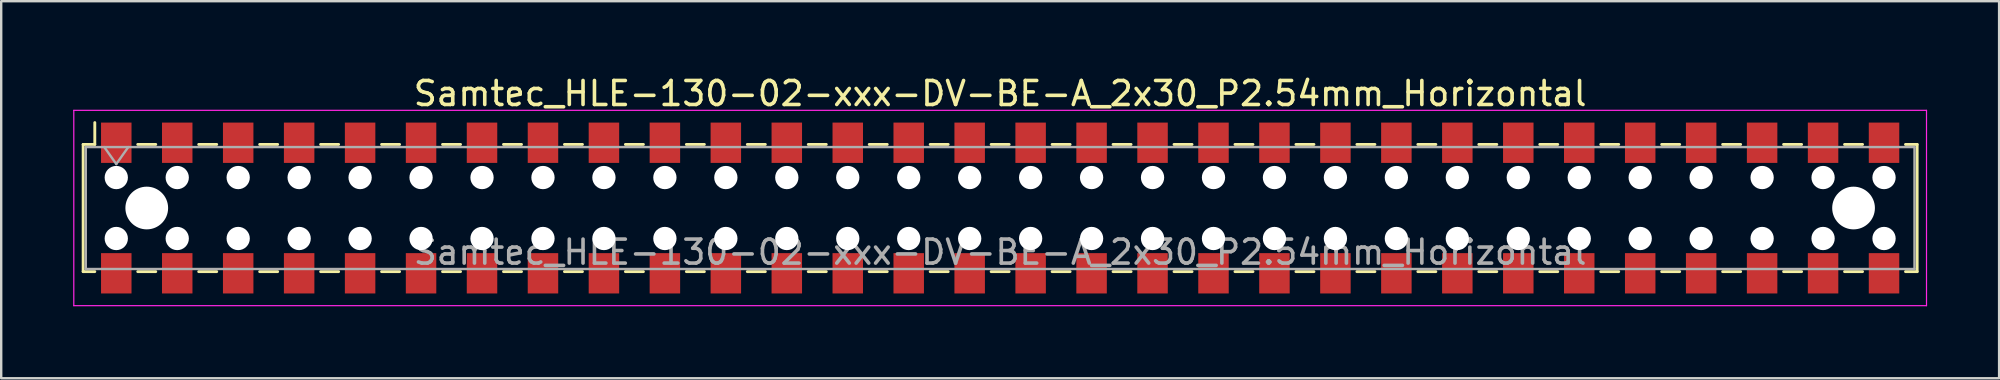
<source format=kicad_pcb>
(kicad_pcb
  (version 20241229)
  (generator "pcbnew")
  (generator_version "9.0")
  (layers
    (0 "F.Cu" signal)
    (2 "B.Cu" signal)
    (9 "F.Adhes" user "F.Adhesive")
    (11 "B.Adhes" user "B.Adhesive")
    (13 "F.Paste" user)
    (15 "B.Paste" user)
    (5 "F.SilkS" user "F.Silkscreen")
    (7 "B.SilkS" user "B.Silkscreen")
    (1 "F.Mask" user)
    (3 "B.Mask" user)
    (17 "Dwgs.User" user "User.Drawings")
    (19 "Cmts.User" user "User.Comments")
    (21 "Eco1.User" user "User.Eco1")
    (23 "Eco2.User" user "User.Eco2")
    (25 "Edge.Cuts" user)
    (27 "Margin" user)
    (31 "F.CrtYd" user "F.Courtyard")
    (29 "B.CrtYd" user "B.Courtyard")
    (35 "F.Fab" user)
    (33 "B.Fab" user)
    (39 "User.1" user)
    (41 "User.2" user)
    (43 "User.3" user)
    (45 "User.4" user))
  (footprint "Samtec_HLE-130-02-xxx-DV-BE-A_2x30_P2.54mm_Horizontal"
    (layer "F.Cu")
    (at 38.625 5.618)
    (property "Reference" "Samtec_HLE-130-02-xxx-DV-BE-A_2x30_P2.54mm_Horizontal" (at 0 -4.77 0) (layer "F.SilkS") (effects (font (size 1 1) (thickness 0.15))))
    (attr smd)
    (fp_line (start -38.21 -2.65) (end -38.21 2.65) (stroke (width 0.12) (type solid)) (layer "F.SilkS"))
    (fp_line (start -38.21 2.65) (end -37.725 2.65) (stroke (width 0.12) (type solid)) (layer "F.SilkS"))
    (fp_line (start -37.725 -3.56) (end -37.725 -2.65) (stroke (width 0.12) (type solid)) (layer "F.SilkS"))
    (fp_line (start -37.725 -2.65) (end -38.21 -2.65) (stroke (width 0.12) (type solid)) (layer "F.SilkS"))
    (fp_line (start -35.935 -2.65) (end -35.185 -2.65) (stroke (width 0.12) (type solid)) (layer "F.SilkS"))
    (fp_line (start -35.935 2.65) (end -35.185 2.65) (stroke (width 0.12) (type solid)) (layer "F.SilkS"))
    (fp_line (start -33.395 -2.65) (end -32.645 -2.65) (stroke (width 0.12) (type solid)) (layer "F.SilkS"))
    (fp_line (start -33.395 2.65) (end -32.645 2.65) (stroke (width 0.12) (type solid)) (layer "F.SilkS"))
    (fp_line (start -30.855 -2.65) (end -30.105 -2.65) (stroke (width 0.12) (type solid)) (layer "F.SilkS"))
    (fp_line (start -30.855 2.65) (end -30.105 2.65) (stroke (width 0.12) (type solid)) (layer "F.SilkS"))
    (fp_line (start -28.315 -2.65) (end -27.565 -2.65) (stroke (width 0.12) (type solid)) (layer "F.SilkS"))
    (fp_line (start -28.315 2.65) (end -27.565 2.65) (stroke (width 0.12) (type solid)) (layer "F.SilkS"))
    (fp_line (start -25.775 -2.65) (end -25.025 -2.65) (stroke (width 0.12) (type solid)) (layer "F.SilkS"))
    (fp_line (start -25.775 2.65) (end -25.025 2.65) (stroke (width 0.12) (type solid)) (layer "F.SilkS"))
    (fp_line (start -23.235 -2.65) (end -22.485 -2.65) (stroke (width 0.12) (type solid)) (layer "F.SilkS"))
    (fp_line (start -23.235 2.65) (end -22.485 2.65) (stroke (width 0.12) (type solid)) (layer "F.SilkS"))
    (fp_line (start -20.695 -2.65) (end -19.945 -2.65) (stroke (width 0.12) (type solid)) (layer "F.SilkS"))
    (fp_line (start -20.695 2.65) (end -19.945 2.65) (stroke (width 0.12) (type solid)) (layer "F.SilkS"))
    (fp_line (start -18.155 -2.65) (end -17.405 -2.65) (stroke (width 0.12) (type solid)) (layer "F.SilkS"))
    (fp_line (start -18.155 2.65) (end -17.405 2.65) (stroke (width 0.12) (type solid)) (layer "F.SilkS"))
    (fp_line (start -15.615 -2.65) (end -14.865 -2.65) (stroke (width 0.12) (type solid)) (layer "F.SilkS"))
    (fp_line (start -15.615 2.65) (end -14.865 2.65) (stroke (width 0.12) (type solid)) (layer "F.SilkS"))
    (fp_line (start -13.075 -2.65) (end -12.325 -2.65) (stroke (width 0.12) (type solid)) (layer "F.SilkS"))
    (fp_line (start -13.075 2.65) (end -12.325 2.65) (stroke (width 0.12) (type solid)) (layer "F.SilkS"))
    (fp_line (start -10.535 -2.65) (end -9.785 -2.65) (stroke (width 0.12) (type solid)) (layer "F.SilkS"))
    (fp_line (start -10.535 2.65) (end -9.785 2.65) (stroke (width 0.12) (type solid)) (layer "F.SilkS"))
    (fp_line (start -7.995 -2.65) (end -7.245 -2.65) (stroke (width 0.12) (type solid)) (layer "F.SilkS"))
    (fp_line (start -7.995 2.65) (end -7.245 2.65) (stroke (width 0.12) (type solid)) (layer "F.SilkS"))
    (fp_line (start -5.455 -2.65) (end -4.705 -2.65) (stroke (width 0.12) (type solid)) (layer "F.SilkS"))
    (fp_line (start -5.455 2.65) (end -4.705 2.65) (stroke (width 0.12) (type solid)) (layer "F.SilkS"))
    (fp_line (start -2.915 -2.65) (end -2.165 -2.65) (stroke (width 0.12) (type solid)) (layer "F.SilkS"))
    (fp_line (start -2.915 2.65) (end -2.165 2.65) (stroke (width 0.12) (type solid)) (layer "F.SilkS"))
    (fp_line (start -0.375 -2.65) (end 0.375 -2.65) (stroke (width 0.12) (type solid)) (layer "F.SilkS"))
    (fp_line (start -0.375 2.65) (end 0.375 2.65) (stroke (width 0.12) (type solid)) (layer "F.SilkS"))
    (fp_line (start 2.165 -2.65) (end 2.915 -2.65) (stroke (width 0.12) (type solid)) (layer "F.SilkS"))
    (fp_line (start 2.165 2.65) (end 2.915 2.65) (stroke (width 0.12) (type solid)) (layer "F.SilkS"))
    (fp_line (start 4.705 -2.65) (end 5.455 -2.65) (stroke (width 0.12) (type solid)) (layer "F.SilkS"))
    (fp_line (start 4.705 2.65) (end 5.455 2.65) (stroke (width 0.12) (type solid)) (layer "F.SilkS"))
    (fp_line (start 7.245 -2.65) (end 7.995 -2.65) (stroke (width 0.12) (type solid)) (layer "F.SilkS"))
    (fp_line (start 7.245 2.65) (end 7.995 2.65) (stroke (width 0.12) (type solid)) (layer "F.SilkS"))
    (fp_line (start 9.785 -2.65) (end 10.535 -2.65) (stroke (width 0.12) (type solid)) (layer "F.SilkS"))
    (fp_line (start 9.785 2.65) (end 10.535 2.65) (stroke (width 0.12) (type solid)) (layer "F.SilkS"))
    (fp_line (start 12.325 -2.65) (end 13.075 -2.65) (stroke (width 0.12) (type solid)) (layer "F.SilkS"))
    (fp_line (start 12.325 2.65) (end 13.075 2.65) (stroke (width 0.12) (type solid)) (layer "F.SilkS"))
    (fp_line (start 14.865 -2.65) (end 15.615 -2.65) (stroke (width 0.12) (type solid)) (layer "F.SilkS"))
    (fp_line (start 14.865 2.65) (end 15.615 2.65) (stroke (width 0.12) (type solid)) (layer "F.SilkS"))
    (fp_line (start 17.405 -2.65) (end 18.155 -2.65) (stroke (width 0.12) (type solid)) (layer "F.SilkS"))
    (fp_line (start 17.405 2.65) (end 18.155 2.65) (stroke (width 0.12) (type solid)) (layer "F.SilkS"))
    (fp_line (start 19.945 -2.65) (end 20.695 -2.65) (stroke (width 0.12) (type solid)) (layer "F.SilkS"))
    (fp_line (start 19.945 2.65) (end 20.695 2.65) (stroke (width 0.12) (type solid)) (layer "F.SilkS"))
    (fp_line (start 22.485 -2.65) (end 23.235 -2.65) (stroke (width 0.12) (type solid)) (layer "F.SilkS"))
    (fp_line (start 22.485 2.65) (end 23.235 2.65) (stroke (width 0.12) (type solid)) (layer "F.SilkS"))
    (fp_line (start 25.025 -2.65) (end 25.775 -2.65) (stroke (width 0.12) (type solid)) (layer "F.SilkS"))
    (fp_line (start 25.025 2.65) (end 25.775 2.65) (stroke (width 0.12) (type solid)) (layer "F.SilkS"))
    (fp_line (start 27.565 -2.65) (end 28.315 -2.65) (stroke (width 0.12) (type solid)) (layer "F.SilkS"))
    (fp_line (start 27.565 2.65) (end 28.315 2.65) (stroke (width 0.12) (type solid)) (layer "F.SilkS"))
    (fp_line (start 30.105 -2.65) (end 30.855 -2.65) (stroke (width 0.12) (type solid)) (layer "F.SilkS"))
    (fp_line (start 30.105 2.65) (end 30.855 2.65) (stroke (width 0.12) (type solid)) (layer "F.SilkS"))
    (fp_line (start 32.645 -2.65) (end 33.395 -2.65) (stroke (width 0.12) (type solid)) (layer "F.SilkS"))
    (fp_line (start 32.645 2.65) (end 33.395 2.65) (stroke (width 0.12) (type solid)) (layer "F.SilkS"))
    (fp_line (start 35.185 -2.65) (end 35.935 -2.65) (stroke (width 0.12) (type solid)) (layer "F.SilkS"))
    (fp_line (start 35.185 2.65) (end 35.935 2.65) (stroke (width 0.12) (type solid)) (layer "F.SilkS"))
    (fp_line (start 37.725 -2.65) (end 38.21 -2.65) (stroke (width 0.12) (type solid)) (layer "F.SilkS"))
    (fp_line (start 38.21 -2.65) (end 38.21 2.65) (stroke (width 0.12) (type solid)) (layer "F.SilkS"))
    (fp_line (start 38.21 2.65) (end 37.725 2.65) (stroke (width 0.12) (type solid)) (layer "F.SilkS"))
    (fp_line (start -38.6 -4.07) (end 38.6 -4.07) (stroke (width 0.05) (type solid)) (layer "F.CrtYd"))
    (fp_line (start -38.6 4.07) (end -38.6 -4.07) (stroke (width 0.05) (type solid)) (layer "F.CrtYd"))
    (fp_line (start 38.6 -4.07) (end 38.6 4.07) (stroke (width 0.05) (type solid)) (layer "F.CrtYd"))
    (fp_line (start 38.6 4.07) (end -38.6 4.07) (stroke (width 0.05) (type solid)) (layer "F.CrtYd"))
    (fp_line (start -38.1 -2.54) (end 38.1 -2.54) (stroke (width 0.1) (type solid)) (layer "F.Fab"))
    (fp_line (start -38.1 2.54) (end -38.1 -2.54) (stroke (width 0.1) (type solid)) (layer "F.Fab"))
    (fp_line (start -37.33 -2.54) (end -36.83 -1.833) (stroke (width 0.1) (type solid)) (layer "F.Fab"))
    (fp_line (start -36.83 -1.833) (end -36.33 -2.54) (stroke (width 0.1) (type solid)) (layer "F.Fab"))
    (fp_line (start 38.1 -2.54) (end 38.1 2.54) (stroke (width 0.1) (type solid)) (layer "F.Fab"))
    (fp_line (start 38.1 2.54) (end -38.1 2.54) (stroke (width 0.1) (type solid)) (layer "F.Fab"))
    (fp_text user "${REFERENCE}" (at 0 1.84 0) (layer "F.Fab") (effects (font (size 1 1) (thickness 0.15))))
    (pad "" np_thru_hole circle (at -36.83 -1.27) (size 0.97 0.97) (drill 0.97) (layers "*.Cu" "*.Mask"))
    (pad "" np_thru_hole circle (at -36.83 1.27) (size 0.97 0.97) (drill 0.97) (layers "*.Cu" "*.Mask"))
    (pad "" np_thru_hole circle (at -35.56 0) (size 1.78 1.78) (drill 1.78) (layers "*.Cu" "*.Mask"))
    (pad "" np_thru_hole circle (at -34.29 -1.27) (size 0.97 0.97) (drill 0.97) (layers "*.Cu" "*.Mask"))
    (pad "" np_thru_hole circle (at -34.29 1.27) (size 0.97 0.97) (drill 0.97) (layers "*.Cu" "*.Mask"))
    (pad "" np_thru_hole circle (at -31.75 -1.27) (size 0.97 0.97) (drill 0.97) (layers "*.Cu" "*.Mask"))
    (pad "" np_thru_hole circle (at -31.75 1.27) (size 0.97 0.97) (drill 0.97) (layers "*.Cu" "*.Mask"))
    (pad "" np_thru_hole circle (at -29.21 -1.27) (size 0.97 0.97) (drill 0.97) (layers "*.Cu" "*.Mask"))
    (pad "" np_thru_hole circle (at -29.21 1.27) (size 0.97 0.97) (drill 0.97) (layers "*.Cu" "*.Mask"))
    (pad "" np_thru_hole circle (at -26.67 -1.27) (size 0.97 0.97) (drill 0.97) (layers "*.Cu" "*.Mask"))
    (pad "" np_thru_hole circle (at -26.67 1.27) (size 0.97 0.97) (drill 0.97) (layers "*.Cu" "*.Mask"))
    (pad "" np_thru_hole circle (at -24.13 -1.27) (size 0.97 0.97) (drill 0.97) (layers "*.Cu" "*.Mask"))
    (pad "" np_thru_hole circle (at -24.13 1.27) (size 0.97 0.97) (drill 0.97) (layers "*.Cu" "*.Mask"))
    (pad "" np_thru_hole circle (at -21.59 -1.27) (size 0.97 0.97) (drill 0.97) (layers "*.Cu" "*.Mask"))
    (pad "" np_thru_hole circle (at -21.59 1.27) (size 0.97 0.97) (drill 0.97) (layers "*.Cu" "*.Mask"))
    (pad "" np_thru_hole circle (at -19.05 -1.27) (size 0.97 0.97) (drill 0.97) (layers "*.Cu" "*.Mask"))
    (pad "" np_thru_hole circle (at -19.05 1.27) (size 0.97 0.97) (drill 0.97) (layers "*.Cu" "*.Mask"))
    (pad "" np_thru_hole circle (at -16.51 -1.27) (size 0.97 0.97) (drill 0.97) (layers "*.Cu" "*.Mask"))
    (pad "" np_thru_hole circle (at -16.51 1.27) (size 0.97 0.97) (drill 0.97) (layers "*.Cu" "*.Mask"))
    (pad "" np_thru_hole circle (at -13.97 -1.27) (size 0.97 0.97) (drill 0.97) (layers "*.Cu" "*.Mask"))
    (pad "" np_thru_hole circle (at -13.97 1.27) (size 0.97 0.97) (drill 0.97) (layers "*.Cu" "*.Mask"))
    (pad "" np_thru_hole circle (at -11.43 -1.27) (size 0.97 0.97) (drill 0.97) (layers "*.Cu" "*.Mask"))
    (pad "" np_thru_hole circle (at -11.43 1.27) (size 0.97 0.97) (drill 0.97) (layers "*.Cu" "*.Mask"))
    (pad "" np_thru_hole circle (at -8.89 -1.27) (size 0.97 0.97) (drill 0.97) (layers "*.Cu" "*.Mask"))
    (pad "" np_thru_hole circle (at -8.89 1.27) (size 0.97 0.97) (drill 0.97) (layers "*.Cu" "*.Mask"))
    (pad "" np_thru_hole circle (at -6.35 -1.27) (size 0.97 0.97) (drill 0.97) (layers "*.Cu" "*.Mask"))
    (pad "" np_thru_hole circle (at -6.35 1.27) (size 0.97 0.97) (drill 0.97) (layers "*.Cu" "*.Mask"))
    (pad "" np_thru_hole circle (at -3.81 -1.27) (size 0.97 0.97) (drill 0.97) (layers "*.Cu" "*.Mask"))
    (pad "" np_thru_hole circle (at -3.81 1.27) (size 0.97 0.97) (drill 0.97) (layers "*.Cu" "*.Mask"))
    (pad "" np_thru_hole circle (at -1.27 -1.27) (size 0.97 0.97) (drill 0.97) (layers "*.Cu" "*.Mask"))
    (pad "" np_thru_hole circle (at -1.27 1.27) (size 0.97 0.97) (drill 0.97) (layers "*.Cu" "*.Mask"))
    (pad "" np_thru_hole circle (at 1.27 -1.27) (size 0.97 0.97) (drill 0.97) (layers "*.Cu" "*.Mask"))
    (pad "" np_thru_hole circle (at 1.27 1.27) (size 0.97 0.97) (drill 0.97) (layers "*.Cu" "*.Mask"))
    (pad "" np_thru_hole circle (at 3.81 -1.27) (size 0.97 0.97) (drill 0.97) (layers "*.Cu" "*.Mask"))
    (pad "" np_thru_hole circle (at 3.81 1.27) (size 0.97 0.97) (drill 0.97) (layers "*.Cu" "*.Mask"))
    (pad "" np_thru_hole circle (at 6.35 -1.27) (size 0.97 0.97) (drill 0.97) (layers "*.Cu" "*.Mask"))
    (pad "" np_thru_hole circle (at 6.35 1.27) (size 0.97 0.97) (drill 0.97) (layers "*.Cu" "*.Mask"))
    (pad "" np_thru_hole circle (at 8.89 -1.27) (size 0.97 0.97) (drill 0.97) (layers "*.Cu" "*.Mask"))
    (pad "" np_thru_hole circle (at 8.89 1.27) (size 0.97 0.97) (drill 0.97) (layers "*.Cu" "*.Mask"))
    (pad "" np_thru_hole circle (at 11.43 -1.27) (size 0.97 0.97) (drill 0.97) (layers "*.Cu" "*.Mask"))
    (pad "" np_thru_hole circle (at 11.43 1.27) (size 0.97 0.97) (drill 0.97) (layers "*.Cu" "*.Mask"))
    (pad "" np_thru_hole circle (at 13.97 -1.27) (size 0.97 0.97) (drill 0.97) (layers "*.Cu" "*.Mask"))
    (pad "" np_thru_hole circle (at 13.97 1.27) (size 0.97 0.97) (drill 0.97) (layers "*.Cu" "*.Mask"))
    (pad "" np_thru_hole circle (at 16.51 -1.27) (size 0.97 0.97) (drill 0.97) (layers "*.Cu" "*.Mask"))
    (pad "" np_thru_hole circle (at 16.51 1.27) (size 0.97 0.97) (drill 0.97) (layers "*.Cu" "*.Mask"))
    (pad "" np_thru_hole circle (at 19.05 -1.27) (size 0.97 0.97) (drill 0.97) (layers "*.Cu" "*.Mask"))
    (pad "" np_thru_hole circle (at 19.05 1.27) (size 0.97 0.97) (drill 0.97) (layers "*.Cu" "*.Mask"))
    (pad "" np_thru_hole circle (at 21.59 -1.27) (size 0.97 0.97) (drill 0.97) (layers "*.Cu" "*.Mask"))
    (pad "" np_thru_hole circle (at 21.59 1.27) (size 0.97 0.97) (drill 0.97) (layers "*.Cu" "*.Mask"))
    (pad "" np_thru_hole circle (at 24.13 -1.27) (size 0.97 0.97) (drill 0.97) (layers "*.Cu" "*.Mask"))
    (pad "" np_thru_hole circle (at 24.13 1.27) (size 0.97 0.97) (drill 0.97) (layers "*.Cu" "*.Mask"))
    (pad "" np_thru_hole circle (at 26.67 -1.27) (size 0.97 0.97) (drill 0.97) (layers "*.Cu" "*.Mask"))
    (pad "" np_thru_hole circle (at 26.67 1.27) (size 0.97 0.97) (drill 0.97) (layers "*.Cu" "*.Mask"))
    (pad "" np_thru_hole circle (at 29.21 -1.27) (size 0.97 0.97) (drill 0.97) (layers "*.Cu" "*.Mask"))
    (pad "" np_thru_hole circle (at 29.21 1.27) (size 0.97 0.97) (drill 0.97) (layers "*.Cu" "*.Mask"))
    (pad "" np_thru_hole circle (at 31.75 -1.27) (size 0.97 0.97) (drill 0.97) (layers "*.Cu" "*.Mask"))
    (pad "" np_thru_hole circle (at 31.75 1.27) (size 0.97 0.97) (drill 0.97) (layers "*.Cu" "*.Mask"))
    (pad "" np_thru_hole circle (at 34.29 -1.27) (size 0.97 0.97) (drill 0.97) (layers "*.Cu" "*.Mask"))
    (pad "" np_thru_hole circle (at 34.29 1.27) (size 0.97 0.97) (drill 0.97) (layers "*.Cu" "*.Mask"))
    (pad "" np_thru_hole circle (at 35.56 0) (size 1.78 1.78) (drill 1.78) (layers "*.Cu" "*.Mask"))
    (pad "" np_thru_hole circle (at 36.83 -1.27) (size 0.97 0.97) (drill 0.97) (layers "*.Cu" "*.Mask"))
    (pad "" np_thru_hole circle (at 36.83 1.27) (size 0.97 0.97) (drill 0.97) (layers "*.Cu" "*.Mask"))
    (pad "1" smd rect (at -36.83 -2.72) (size 1.27 1.68) (layers "F.Cu" "F.Mask" "F.Paste"))
    (pad "2" smd rect (at -36.83 2.72) (size 1.27 1.68) (layers "F.Cu" "F.Mask" "F.Paste"))
    (pad "3" smd rect (at -34.29 -2.72) (size 1.27 1.68) (layers "F.Cu" "F.Mask" "F.Paste"))
    (pad "4" smd rect (at -34.29 2.72) (size 1.27 1.68) (layers "F.Cu" "F.Mask" "F.Paste"))
    (pad "5" smd rect (at -31.75 -2.72) (size 1.27 1.68) (layers "F.Cu" "F.Mask" "F.Paste"))
    (pad "6" smd rect (at -31.75 2.72) (size 1.27 1.68) (layers "F.Cu" "F.Mask" "F.Paste"))
    (pad "7" smd rect (at -29.21 -2.72) (size 1.27 1.68) (layers "F.Cu" "F.Mask" "F.Paste"))
    (pad "8" smd rect (at -29.21 2.72) (size 1.27 1.68) (layers "F.Cu" "F.Mask" "F.Paste"))
    (pad "9" smd rect (at -26.67 -2.72) (size 1.27 1.68) (layers "F.Cu" "F.Mask" "F.Paste"))
    (pad "10" smd rect (at -26.67 2.72) (size 1.27 1.68) (layers "F.Cu" "F.Mask" "F.Paste"))
    (pad "11" smd rect (at -24.13 -2.72) (size 1.27 1.68) (layers "F.Cu" "F.Mask" "F.Paste"))
    (pad "12" smd rect (at -24.13 2.72) (size 1.27 1.68) (layers "F.Cu" "F.Mask" "F.Paste"))
    (pad "13" smd rect (at -21.59 -2.72) (size 1.27 1.68) (layers "F.Cu" "F.Mask" "F.Paste"))
    (pad "14" smd rect (at -21.59 2.72) (size 1.27 1.68) (layers "F.Cu" "F.Mask" "F.Paste"))
    (pad "15" smd rect (at -19.05 -2.72) (size 1.27 1.68) (layers "F.Cu" "F.Mask" "F.Paste"))
    (pad "16" smd rect (at -19.05 2.72) (size 1.27 1.68) (layers "F.Cu" "F.Mask" "F.Paste"))
    (pad "17" smd rect (at -16.51 -2.72) (size 1.27 1.68) (layers "F.Cu" "F.Mask" "F.Paste"))
    (pad "18" smd rect (at -16.51 2.72) (size 1.27 1.68) (layers "F.Cu" "F.Mask" "F.Paste"))
    (pad "19" smd rect (at -13.97 -2.72) (size 1.27 1.68) (layers "F.Cu" "F.Mask" "F.Paste"))
    (pad "20" smd rect (at -13.97 2.72) (size 1.27 1.68) (layers "F.Cu" "F.Mask" "F.Paste"))
    (pad "21" smd rect (at -11.43 -2.72) (size 1.27 1.68) (layers "F.Cu" "F.Mask" "F.Paste"))
    (pad "22" smd rect (at -11.43 2.72) (size 1.27 1.68) (layers "F.Cu" "F.Mask" "F.Paste"))
    (pad "23" smd rect (at -8.89 -2.72) (size 1.27 1.68) (layers "F.Cu" "F.Mask" "F.Paste"))
    (pad "24" smd rect (at -8.89 2.72) (size 1.27 1.68) (layers "F.Cu" "F.Mask" "F.Paste"))
    (pad "25" smd rect (at -6.35 -2.72) (size 1.27 1.68) (layers "F.Cu" "F.Mask" "F.Paste"))
    (pad "26" smd rect (at -6.35 2.72) (size 1.27 1.68) (layers "F.Cu" "F.Mask" "F.Paste"))
    (pad "27" smd rect (at -3.81 -2.72) (size 1.27 1.68) (layers "F.Cu" "F.Mask" "F.Paste"))
    (pad "28" smd rect (at -3.81 2.72) (size 1.27 1.68) (layers "F.Cu" "F.Mask" "F.Paste"))
    (pad "29" smd rect (at -1.27 -2.72) (size 1.27 1.68) (layers "F.Cu" "F.Mask" "F.Paste"))
    (pad "30" smd rect (at -1.27 2.72) (size 1.27 1.68) (layers "F.Cu" "F.Mask" "F.Paste"))
    (pad "31" smd rect (at 1.27 -2.72) (size 1.27 1.68) (layers "F.Cu" "F.Mask" "F.Paste"))
    (pad "32" smd rect (at 1.27 2.72) (size 1.27 1.68) (layers "F.Cu" "F.Mask" "F.Paste"))
    (pad "33" smd rect (at 3.81 -2.72) (size 1.27 1.68) (layers "F.Cu" "F.Mask" "F.Paste"))
    (pad "34" smd rect (at 3.81 2.72) (size 1.27 1.68) (layers "F.Cu" "F.Mask" "F.Paste"))
    (pad "35" smd rect (at 6.35 -2.72) (size 1.27 1.68) (layers "F.Cu" "F.Mask" "F.Paste"))
    (pad "36" smd rect (at 6.35 2.72) (size 1.27 1.68) (layers "F.Cu" "F.Mask" "F.Paste"))
    (pad "37" smd rect (at 8.89 -2.72) (size 1.27 1.68) (layers "F.Cu" "F.Mask" "F.Paste"))
    (pad "38" smd rect (at 8.89 2.72) (size 1.27 1.68) (layers "F.Cu" "F.Mask" "F.Paste"))
    (pad "39" smd rect (at 11.43 -2.72) (size 1.27 1.68) (layers "F.Cu" "F.Mask" "F.Paste"))
    (pad "40" smd rect (at 11.43 2.72) (size 1.27 1.68) (layers "F.Cu" "F.Mask" "F.Paste"))
    (pad "41" smd rect (at 13.97 -2.72) (size 1.27 1.68) (layers "F.Cu" "F.Mask" "F.Paste"))
    (pad "42" smd rect (at 13.97 2.72) (size 1.27 1.68) (layers "F.Cu" "F.Mask" "F.Paste"))
    (pad "43" smd rect (at 16.51 -2.72) (size 1.27 1.68) (layers "F.Cu" "F.Mask" "F.Paste"))
    (pad "44" smd rect (at 16.51 2.72) (size 1.27 1.68) (layers "F.Cu" "F.Mask" "F.Paste"))
    (pad "45" smd rect (at 19.05 -2.72) (size 1.27 1.68) (layers "F.Cu" "F.Mask" "F.Paste"))
    (pad "46" smd rect (at 19.05 2.72) (size 1.27 1.68) (layers "F.Cu" "F.Mask" "F.Paste"))
    (pad "47" smd rect (at 21.59 -2.72) (size 1.27 1.68) (layers "F.Cu" "F.Mask" "F.Paste"))
    (pad "48" smd rect (at 21.59 2.72) (size 1.27 1.68) (layers "F.Cu" "F.Mask" "F.Paste"))
    (pad "49" smd rect (at 24.13 -2.72) (size 1.27 1.68) (layers "F.Cu" "F.Mask" "F.Paste"))
    (pad "50" smd rect (at 24.13 2.72) (size 1.27 1.68) (layers "F.Cu" "F.Mask" "F.Paste"))
    (pad "51" smd rect (at 26.67 -2.72) (size 1.27 1.68) (layers "F.Cu" "F.Mask" "F.Paste"))
    (pad "52" smd rect (at 26.67 2.72) (size 1.27 1.68) (layers "F.Cu" "F.Mask" "F.Paste"))
    (pad "53" smd rect (at 29.21 -2.72) (size 1.27 1.68) (layers "F.Cu" "F.Mask" "F.Paste"))
    (pad "54" smd rect (at 29.21 2.72) (size 1.27 1.68) (layers "F.Cu" "F.Mask" "F.Paste"))
    (pad "55" smd rect (at 31.75 -2.72) (size 1.27 1.68) (layers "F.Cu" "F.Mask" "F.Paste"))
    (pad "56" smd rect (at 31.75 2.72) (size 1.27 1.68) (layers "F.Cu" "F.Mask" "F.Paste"))
    (pad "57" smd rect (at 34.29 -2.72) (size 1.27 1.68) (layers "F.Cu" "F.Mask" "F.Paste"))
    (pad "58" smd rect (at 34.29 2.72) (size 1.27 1.68) (layers "F.Cu" "F.Mask" "F.Paste"))
    (pad "59" smd rect (at 36.83 -2.72) (size 1.27 1.68) (layers "F.Cu" "F.Mask" "F.Paste"))
    (pad "60" smd rect (at 36.83 2.72) (size 1.27 1.68) (layers "F.Cu" "F.Mask" "F.Paste")))
  (gr_rect
    (start -3 -3)
    (end 80.25 12.713)
    (stroke (width 0.1) (type default))
    (fill no)
    (layer "Edge.Cuts")))
</source>
